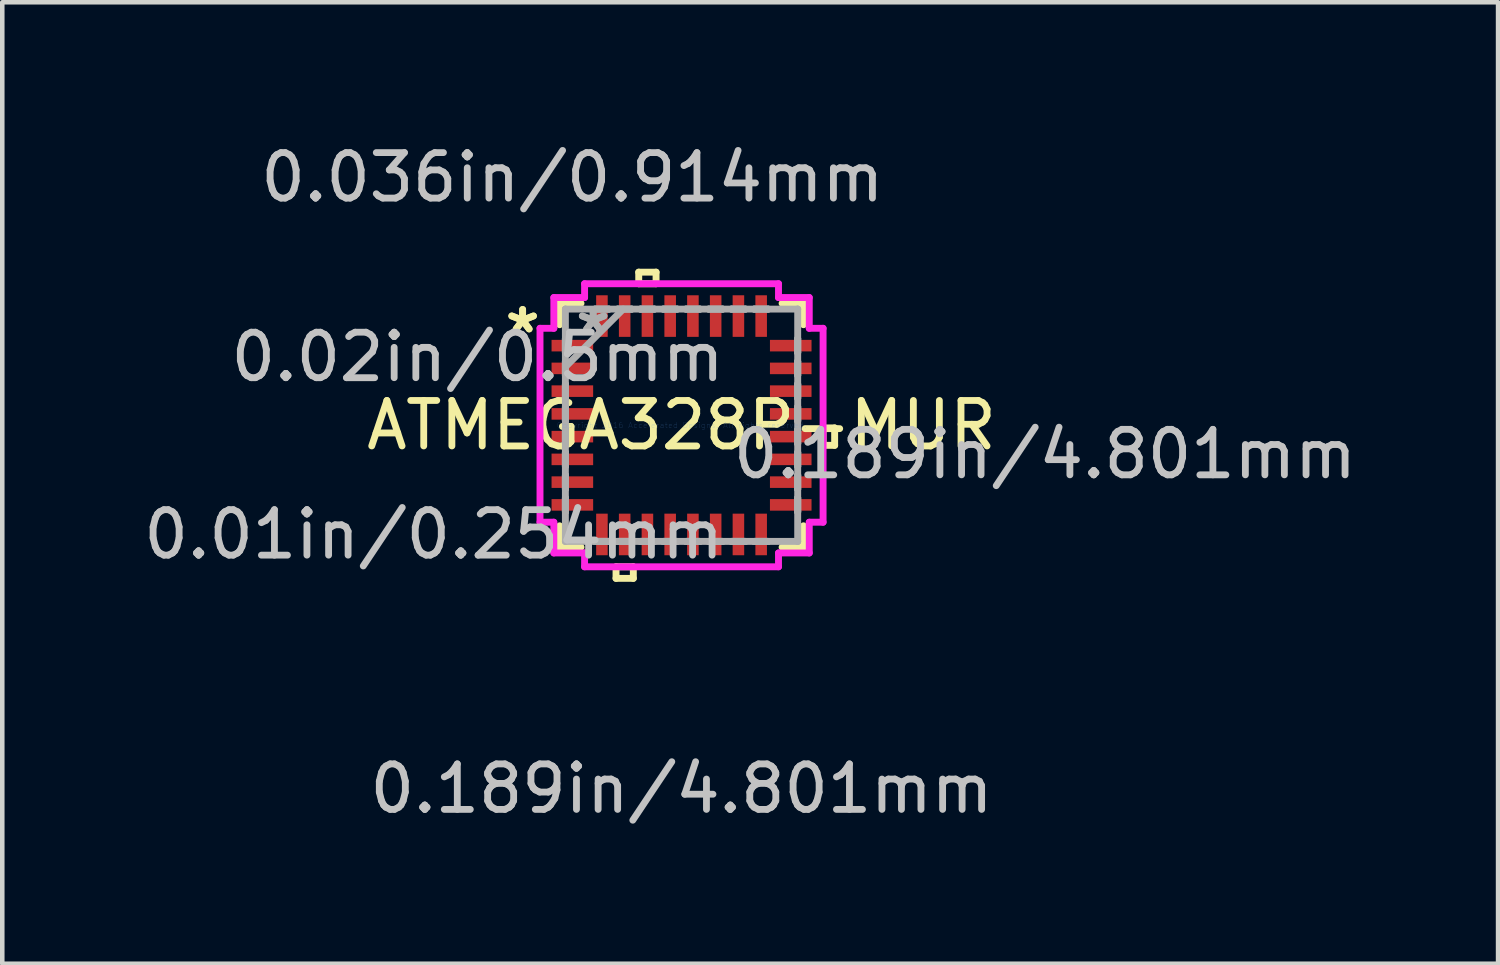
<source format=kicad_pcb>
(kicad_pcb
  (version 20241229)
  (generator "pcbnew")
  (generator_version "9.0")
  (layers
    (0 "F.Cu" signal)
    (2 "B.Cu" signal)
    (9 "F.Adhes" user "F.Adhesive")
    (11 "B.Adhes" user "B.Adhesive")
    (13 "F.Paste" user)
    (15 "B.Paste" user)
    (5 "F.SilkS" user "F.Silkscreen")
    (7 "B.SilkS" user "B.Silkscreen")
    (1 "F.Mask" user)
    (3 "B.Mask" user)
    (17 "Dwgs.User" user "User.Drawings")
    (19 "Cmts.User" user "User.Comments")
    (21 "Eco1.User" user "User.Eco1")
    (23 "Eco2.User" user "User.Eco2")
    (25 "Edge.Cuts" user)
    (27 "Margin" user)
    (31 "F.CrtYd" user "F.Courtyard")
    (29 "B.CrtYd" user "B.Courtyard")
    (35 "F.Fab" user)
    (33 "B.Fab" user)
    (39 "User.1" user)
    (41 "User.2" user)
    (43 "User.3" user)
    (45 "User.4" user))
  (footprint "ATMEGA328P-MUR"
    (layer "F.Cu")
    (at 11.93 6.297)
    (property "Reference" "ATMEGA328P-MUR" (at 0 0 0) (layer "F.SilkS") (effects (font (size 1 1) (thickness 0.15))))
    (attr through_hole)
    (fp_line (start -2.68 -2.68) (end -2.68 -2.21) (stroke (width 0.152) (type solid)) (layer "F.SilkS"))
    (fp_line (start -2.68 2.21) (end -2.68 2.68) (stroke (width 0.152) (type solid)) (layer "F.SilkS"))
    (fp_line (start -2.68 2.68) (end -2.21 2.68) (stroke (width 0.152) (type solid)) (layer "F.SilkS"))
    (fp_line (start -2.21 -2.68) (end -2.68 -2.68) (stroke (width 0.152) (type solid)) (layer "F.SilkS"))
    (fp_line (start -1.44 3.111) (end -1.44 3.365) (stroke (width 0.152) (type solid)) (layer "F.SilkS"))
    (fp_line (start -1.44 3.365) (end -1.06 3.365) (stroke (width 0.152) (type solid)) (layer "F.SilkS"))
    (fp_line (start -1.06 3.111) (end -1.44 3.111) (stroke (width 0.152) (type solid)) (layer "F.SilkS"))
    (fp_line (start -1.06 3.365) (end -1.06 3.111) (stroke (width 0.152) (type solid)) (layer "F.SilkS"))
    (fp_line (start -0.941 -3.365) (end -0.56 -3.365) (stroke (width 0.152) (type solid)) (layer "F.SilkS"))
    (fp_line (start -0.941 -3.111) (end -0.941 -3.365) (stroke (width 0.152) (type solid)) (layer "F.SilkS"))
    (fp_line (start -0.56 -3.365) (end -0.56 -3.111) (stroke (width 0.152) (type solid)) (layer "F.SilkS"))
    (fp_line (start -0.56 -3.111) (end -0.941 -3.111) (stroke (width 0.152) (type solid)) (layer "F.SilkS"))
    (fp_line (start 2.21 2.68) (end 2.68 2.68) (stroke (width 0.152) (type solid)) (layer "F.SilkS"))
    (fp_line (start 2.68 -2.68) (end 2.21 -2.68) (stroke (width 0.152) (type solid)) (layer "F.SilkS"))
    (fp_line (start 2.68 -2.21) (end 2.68 -2.68) (stroke (width 0.152) (type solid)) (layer "F.SilkS"))
    (fp_line (start 2.68 2.68) (end 2.68 2.21) (stroke (width 0.152) (type solid)) (layer "F.SilkS"))
    (fp_line (start 3.111 0.059) (end 3.365 0.059) (stroke (width 0.152) (type solid)) (layer "F.SilkS"))
    (fp_line (start 3.111 0.441) (end 3.111 0.059) (stroke (width 0.152) (type solid)) (layer "F.SilkS"))
    (fp_line (start 3.365 0.059) (end 3.365 0.441) (stroke (width 0.152) (type solid)) (layer "F.SilkS"))
    (fp_line (start 3.365 0.441) (end 3.111 0.441) (stroke (width 0.152) (type solid)) (layer "F.SilkS"))
    (fp_line (start -3.111 -2.131) (end -2.807 -2.131) (stroke (width 0.152) (type solid)) (layer "F.CrtYd"))
    (fp_line (start -3.111 2.131) (end -3.111 -2.131) (stroke (width 0.152) (type solid)) (layer "F.CrtYd"))
    (fp_line (start -2.807 -2.807) (end -2.131 -2.807) (stroke (width 0.152) (type solid)) (layer "F.CrtYd"))
    (fp_line (start -2.807 -2.131) (end -2.807 -2.807) (stroke (width 0.152) (type solid)) (layer "F.CrtYd"))
    (fp_line (start -2.807 2.131) (end -3.111 2.131) (stroke (width 0.152) (type solid)) (layer "F.CrtYd"))
    (fp_line (start -2.807 2.807) (end -2.807 2.131) (stroke (width 0.152) (type solid)) (layer "F.CrtYd"))
    (fp_line (start -2.131 -3.111) (end 2.131 -3.111) (stroke (width 0.152) (type solid)) (layer "F.CrtYd"))
    (fp_line (start -2.131 -2.807) (end -2.131 -3.111) (stroke (width 0.152) (type solid)) (layer "F.CrtYd"))
    (fp_line (start -2.131 2.807) (end -2.807 2.807) (stroke (width 0.152) (type solid)) (layer "F.CrtYd"))
    (fp_line (start -2.131 3.111) (end -2.131 2.807) (stroke (width 0.152) (type solid)) (layer "F.CrtYd"))
    (fp_line (start 2.131 -3.111) (end 2.131 -2.807) (stroke (width 0.152) (type solid)) (layer "F.CrtYd"))
    (fp_line (start 2.131 -2.807) (end 2.807 -2.807) (stroke (width 0.152) (type solid)) (layer "F.CrtYd"))
    (fp_line (start 2.131 2.807) (end 2.131 3.111) (stroke (width 0.152) (type solid)) (layer "F.CrtYd"))
    (fp_line (start 2.131 3.111) (end -2.131 3.111) (stroke (width 0.152) (type solid)) (layer "F.CrtYd"))
    (fp_line (start 2.807 -2.807) (end 2.807 -2.131) (stroke (width 0.152) (type solid)) (layer "F.CrtYd"))
    (fp_line (start 2.807 -2.131) (end 3.111 -2.131) (stroke (width 0.152) (type solid)) (layer "F.CrtYd"))
    (fp_line (start 2.807 2.131) (end 2.807 2.807) (stroke (width 0.152) (type solid)) (layer "F.CrtYd"))
    (fp_line (start 2.807 2.807) (end 2.131 2.807) (stroke (width 0.152) (type solid)) (layer "F.CrtYd"))
    (fp_line (start 3.111 -2.131) (end 3.111 2.131) (stroke (width 0.152) (type solid)) (layer "F.CrtYd"))
    (fp_line (start 3.111 2.131) (end 2.807 2.131) (stroke (width 0.152) (type solid)) (layer "F.CrtYd"))
    (fp_line (start -2.553 -2.553) (end -2.553 -2.553) (stroke (width 0.152) (type solid)) (layer "F.Fab"))
    (fp_line (start -2.553 -2.553) (end -2.553 2.553) (stroke (width 0.152) (type solid)) (layer "F.Fab"))
    (fp_line (start -2.553 -1.902) (end -2.553 -1.902) (stroke (width 0.152) (type solid)) (layer "F.Fab"))
    (fp_line (start -2.553 -1.902) (end -2.553 -1.598) (stroke (width 0.152) (type solid)) (layer "F.Fab"))
    (fp_line (start -2.553 -1.598) (end -2.553 -1.902) (stroke (width 0.152) (type solid)) (layer "F.Fab"))
    (fp_line (start -2.553 -1.598) (end -2.553 -1.598) (stroke (width 0.152) (type solid)) (layer "F.Fab"))
    (fp_line (start -2.553 -1.402) (end -2.553 -1.402) (stroke (width 0.152) (type solid)) (layer "F.Fab"))
    (fp_line (start -2.553 -1.402) (end -2.553 -1.098) (stroke (width 0.152) (type solid)) (layer "F.Fab"))
    (fp_line (start -2.553 -1.283) (end -1.283 -2.553) (stroke (width 0.152) (type solid)) (layer "F.Fab"))
    (fp_line (start -2.553 -1.098) (end -2.553 -1.402) (stroke (width 0.152) (type solid)) (layer "F.Fab"))
    (fp_line (start -2.553 -1.098) (end -2.553 -1.098) (stroke (width 0.152) (type solid)) (layer "F.Fab"))
    (fp_line (start -2.553 -0.902) (end -2.553 -0.902) (stroke (width 0.152) (type solid)) (layer "F.Fab"))
    (fp_line (start -2.553 -0.902) (end -2.553 -0.598) (stroke (width 0.152) (type solid)) (layer "F.Fab"))
    (fp_line (start -2.553 -0.598) (end -2.553 -0.902) (stroke (width 0.152) (type solid)) (layer "F.Fab"))
    (fp_line (start -2.553 -0.598) (end -2.553 -0.598) (stroke (width 0.152) (type solid)) (layer "F.Fab"))
    (fp_line (start -2.553 -0.402) (end -2.553 -0.402) (stroke (width 0.152) (type solid)) (layer "F.Fab"))
    (fp_line (start -2.553 -0.402) (end -2.553 -0.098) (stroke (width 0.152) (type solid)) (layer "F.Fab"))
    (fp_line (start -2.553 -0.098) (end -2.553 -0.402) (stroke (width 0.152) (type solid)) (layer "F.Fab"))
    (fp_line (start -2.553 -0.098) (end -2.553 -0.098) (stroke (width 0.152) (type solid)) (layer "F.Fab"))
    (fp_line (start -2.553 0.098) (end -2.553 0.098) (stroke (width 0.152) (type solid)) (layer "F.Fab"))
    (fp_line (start -2.553 0.098) (end -2.553 0.402) (stroke (width 0.152) (type solid)) (layer "F.Fab"))
    (fp_line (start -2.553 0.402) (end -2.553 0.098) (stroke (width 0.152) (type solid)) (layer "F.Fab"))
    (fp_line (start -2.553 0.402) (end -2.553 0.402) (stroke (width 0.152) (type solid)) (layer "F.Fab"))
    (fp_line (start -2.553 0.598) (end -2.553 0.598) (stroke (width 0.152) (type solid)) (layer "F.Fab"))
    (fp_line (start -2.553 0.598) (end -2.553 0.902) (stroke (width 0.152) (type solid)) (layer "F.Fab"))
    (fp_line (start -2.553 0.902) (end -2.553 0.598) (stroke (width 0.152) (type solid)) (layer "F.Fab"))
    (fp_line (start -2.553 0.902) (end -2.553 0.902) (stroke (width 0.152) (type solid)) (layer "F.Fab"))
    (fp_line (start -2.553 1.098) (end -2.553 1.098) (stroke (width 0.152) (type solid)) (layer "F.Fab"))
    (fp_line (start -2.553 1.098) (end -2.553 1.402) (stroke (width 0.152) (type solid)) (layer "F.Fab"))
    (fp_line (start -2.553 1.402) (end -2.553 1.098) (stroke (width 0.152) (type solid)) (layer "F.Fab"))
    (fp_line (start -2.553 1.402) (end -2.553 1.402) (stroke (width 0.152) (type solid)) (layer "F.Fab"))
    (fp_line (start -2.553 1.598) (end -2.553 1.598) (stroke (width 0.152) (type solid)) (layer "F.Fab"))
    (fp_line (start -2.553 1.598) (end -2.553 1.902) (stroke (width 0.152) (type solid)) (layer "F.Fab"))
    (fp_line (start -2.553 1.902) (end -2.553 1.598) (stroke (width 0.152) (type solid)) (layer "F.Fab"))
    (fp_line (start -2.553 1.902) (end -2.553 1.902) (stroke (width 0.152) (type solid)) (layer "F.Fab"))
    (fp_line (start -2.553 2.553) (end -2.553 2.553) (stroke (width 0.152) (type solid)) (layer "F.Fab"))
    (fp_line (start -2.553 2.553) (end 2.553 2.553) (stroke (width 0.152) (type solid)) (layer "F.Fab"))
    (fp_line (start -1.902 -2.553) (end -1.902 -2.553) (stroke (width 0.152) (type solid)) (layer "F.Fab"))
    (fp_line (start -1.902 -2.553) (end -1.598 -2.553) (stroke (width 0.152) (type solid)) (layer "F.Fab"))
    (fp_line (start -1.902 2.553) (end -1.902 2.553) (stroke (width 0.152) (type solid)) (layer "F.Fab"))
    (fp_line (start -1.902 2.553) (end -1.598 2.553) (stroke (width 0.152) (type solid)) (layer "F.Fab"))
    (fp_line (start -1.598 -2.553) (end -1.902 -2.553) (stroke (width 0.152) (type solid)) (layer "F.Fab"))
    (fp_line (start -1.598 -2.553) (end -1.598 -2.553) (stroke (width 0.152) (type solid)) (layer "F.Fab"))
    (fp_line (start -1.598 2.553) (end -1.902 2.553) (stroke (width 0.152) (type solid)) (layer "F.Fab"))
    (fp_line (start -1.598 2.553) (end -1.598 2.553) (stroke (width 0.152) (type solid)) (layer "F.Fab"))
    (fp_line (start -1.402 -2.553) (end -1.402 -2.553) (stroke (width 0.152) (type solid)) (layer "F.Fab"))
    (fp_line (start -1.402 -2.553) (end -1.098 -2.553) (stroke (width 0.152) (type solid)) (layer "F.Fab"))
    (fp_line (start -1.402 2.553) (end -1.402 2.553) (stroke (width 0.152) (type solid)) (layer "F.Fab"))
    (fp_line (start -1.402 2.553) (end -1.098 2.553) (stroke (width 0.152) (type solid)) (layer "F.Fab"))
    (fp_line (start -1.098 -2.553) (end -1.402 -2.553) (stroke (width 0.152) (type solid)) (layer "F.Fab"))
    (fp_line (start -1.098 -2.553) (end -1.098 -2.553) (stroke (width 0.152) (type solid)) (layer "F.Fab"))
    (fp_line (start -1.098 2.553) (end -1.402 2.553) (stroke (width 0.152) (type solid)) (layer "F.Fab"))
    (fp_line (start -1.098 2.553) (end -1.098 2.553) (stroke (width 0.152) (type solid)) (layer "F.Fab"))
    (fp_line (start -0.902 -2.553) (end -0.902 -2.553) (stroke (width 0.152) (type solid)) (layer "F.Fab"))
    (fp_line (start -0.902 -2.553) (end -0.598 -2.553) (stroke (width 0.152) (type solid)) (layer "F.Fab"))
    (fp_line (start -0.902 2.553) (end -0.902 2.553) (stroke (width 0.152) (type solid)) (layer "F.Fab"))
    (fp_line (start -0.902 2.553) (end -0.598 2.553) (stroke (width 0.152) (type solid)) (layer "F.Fab"))
    (fp_line (start -0.598 -2.553) (end -0.902 -2.553) (stroke (width 0.152) (type solid)) (layer "F.Fab"))
    (fp_line (start -0.598 -2.553) (end -0.598 -2.553) (stroke (width 0.152) (type solid)) (layer "F.Fab"))
    (fp_line (start -0.598 2.553) (end -0.902 2.553) (stroke (width 0.152) (type solid)) (layer "F.Fab"))
    (fp_line (start -0.598 2.553) (end -0.598 2.553) (stroke (width 0.152) (type solid)) (layer "F.Fab"))
    (fp_line (start -0.402 -2.553) (end -0.402 -2.553) (stroke (width 0.152) (type solid)) (layer "F.Fab"))
    (fp_line (start -0.402 -2.553) (end -0.098 -2.553) (stroke (width 0.152) (type solid)) (layer "F.Fab"))
    (fp_line (start -0.402 2.553) (end -0.402 2.553) (stroke (width 0.152) (type solid)) (layer "F.Fab"))
    (fp_line (start -0.402 2.553) (end -0.098 2.553) (stroke (width 0.152) (type solid)) (layer "F.Fab"))
    (fp_line (start -0.098 -2.553) (end -0.402 -2.553) (stroke (width 0.152) (type solid)) (layer "F.Fab"))
    (fp_line (start -0.098 -2.553) (end -0.098 -2.553) (stroke (width 0.152) (type solid)) (layer "F.Fab"))
    (fp_line (start -0.098 2.553) (end -0.402 2.553) (stroke (width 0.152) (type solid)) (layer "F.Fab"))
    (fp_line (start -0.098 2.553) (end -0.098 2.553) (stroke (width 0.152) (type solid)) (layer "F.Fab"))
    (fp_line (start 0.098 -2.553) (end 0.098 -2.553) (stroke (width 0.152) (type solid)) (layer "F.Fab"))
    (fp_line (start 0.098 -2.553) (end 0.402 -2.553) (stroke (width 0.152) (type solid)) (layer "F.Fab"))
    (fp_line (start 0.098 2.553) (end 0.098 2.553) (stroke (width 0.152) (type solid)) (layer "F.Fab"))
    (fp_line (start 0.098 2.553) (end 0.402 2.553) (stroke (width 0.152) (type solid)) (layer "F.Fab"))
    (fp_line (start 0.402 -2.553) (end 0.098 -2.553) (stroke (width 0.152) (type solid)) (layer "F.Fab"))
    (fp_line (start 0.402 -2.553) (end 0.402 -2.553) (stroke (width 0.152) (type solid)) (layer "F.Fab"))
    (fp_line (start 0.402 2.553) (end 0.098 2.553) (stroke (width 0.152) (type solid)) (layer "F.Fab"))
    (fp_line (start 0.402 2.553) (end 0.402 2.553) (stroke (width 0.152) (type solid)) (layer "F.Fab"))
    (fp_line (start 0.598 -2.553) (end 0.598 -2.553) (stroke (width 0.152) (type solid)) (layer "F.Fab"))
    (fp_line (start 0.598 -2.553) (end 0.902 -2.553) (stroke (width 0.152) (type solid)) (layer "F.Fab"))
    (fp_line (start 0.598 2.553) (end 0.598 2.553) (stroke (width 0.152) (type solid)) (layer "F.Fab"))
    (fp_line (start 0.598 2.553) (end 0.902 2.553) (stroke (width 0.152) (type solid)) (layer "F.Fab"))
    (fp_line (start 0.902 -2.553) (end 0.598 -2.553) (stroke (width 0.152) (type solid)) (layer "F.Fab"))
    (fp_line (start 0.902 -2.553) (end 0.902 -2.553) (stroke (width 0.152) (type solid)) (layer "F.Fab"))
    (fp_line (start 0.902 2.553) (end 0.598 2.553) (stroke (width 0.152) (type solid)) (layer "F.Fab"))
    (fp_line (start 0.902 2.553) (end 0.902 2.553) (stroke (width 0.152) (type solid)) (layer "F.Fab"))
    (fp_line (start 1.098 -2.553) (end 1.098 -2.553) (stroke (width 0.152) (type solid)) (layer "F.Fab"))
    (fp_line (start 1.098 -2.553) (end 1.402 -2.553) (stroke (width 0.152) (type solid)) (layer "F.Fab"))
    (fp_line (start 1.098 2.553) (end 1.098 2.553) (stroke (width 0.152) (type solid)) (layer "F.Fab"))
    (fp_line (start 1.098 2.553) (end 1.402 2.553) (stroke (width 0.152) (type solid)) (layer "F.Fab"))
    (fp_line (start 1.402 -2.553) (end 1.098 -2.553) (stroke (width 0.152) (type solid)) (layer "F.Fab"))
    (fp_line (start 1.402 -2.553) (end 1.402 -2.553) (stroke (width 0.152) (type solid)) (layer "F.Fab"))
    (fp_line (start 1.402 2.553) (end 1.098 2.553) (stroke (width 0.152) (type solid)) (layer "F.Fab"))
    (fp_line (start 1.402 2.553) (end 1.402 2.553) (stroke (width 0.152) (type solid)) (layer "F.Fab"))
    (fp_line (start 1.598 -2.553) (end 1.598 -2.553) (stroke (width 0.152) (type solid)) (layer "F.Fab"))
    (fp_line (start 1.598 -2.553) (end 1.902 -2.553) (stroke (width 0.152) (type solid)) (layer "F.Fab"))
    (fp_line (start 1.598 2.553) (end 1.598 2.553) (stroke (width 0.152) (type solid)) (layer "F.Fab"))
    (fp_line (start 1.598 2.553) (end 1.902 2.553) (stroke (width 0.152) (type solid)) (layer "F.Fab"))
    (fp_line (start 1.902 -2.553) (end 1.598 -2.553) (stroke (width 0.152) (type solid)) (layer "F.Fab"))
    (fp_line (start 1.902 -2.553) (end 1.902 -2.553) (stroke (width 0.152) (type solid)) (layer "F.Fab"))
    (fp_line (start 1.902 2.553) (end 1.598 2.553) (stroke (width 0.152) (type solid)) (layer "F.Fab"))
    (fp_line (start 1.902 2.553) (end 1.902 2.553) (stroke (width 0.152) (type solid)) (layer "F.Fab"))
    (fp_line (start 2.553 -2.553) (end -2.553 -2.553) (stroke (width 0.152) (type solid)) (layer "F.Fab"))
    (fp_line (start 2.553 -2.553) (end 2.553 -2.553) (stroke (width 0.152) (type solid)) (layer "F.Fab"))
    (fp_line (start 2.553 -1.902) (end 2.553 -1.902) (stroke (width 0.152) (type solid)) (layer "F.Fab"))
    (fp_line (start 2.553 -1.902) (end 2.553 -1.598) (stroke (width 0.152) (type solid)) (layer "F.Fab"))
    (fp_line (start 2.553 -1.598) (end 2.553 -1.902) (stroke (width 0.152) (type solid)) (layer "F.Fab"))
    (fp_line (start 2.553 -1.598) (end 2.553 -1.598) (stroke (width 0.152) (type solid)) (layer "F.Fab"))
    (fp_line (start 2.553 -1.402) (end 2.553 -1.402) (stroke (width 0.152) (type solid)) (layer "F.Fab"))
    (fp_line (start 2.553 -1.402) (end 2.553 -1.098) (stroke (width 0.152) (type solid)) (layer "F.Fab"))
    (fp_line (start 2.553 -1.098) (end 2.553 -1.402) (stroke (width 0.152) (type solid)) (layer "F.Fab"))
    (fp_line (start 2.553 -1.098) (end 2.553 -1.098) (stroke (width 0.152) (type solid)) (layer "F.Fab"))
    (fp_line (start 2.553 -0.902) (end 2.553 -0.902) (stroke (width 0.152) (type solid)) (layer "F.Fab"))
    (fp_line (start 2.553 -0.902) (end 2.553 -0.598) (stroke (width 0.152) (type solid)) (layer "F.Fab"))
    (fp_line (start 2.553 -0.598) (end 2.553 -0.902) (stroke (width 0.152) (type solid)) (layer "F.Fab"))
    (fp_line (start 2.553 -0.598) (end 2.553 -0.598) (stroke (width 0.152) (type solid)) (layer "F.Fab"))
    (fp_line (start 2.553 -0.402) (end 2.553 -0.402) (stroke (width 0.152) (type solid)) (layer "F.Fab"))
    (fp_line (start 2.553 -0.402) (end 2.553 -0.098) (stroke (width 0.152) (type solid)) (layer "F.Fab"))
    (fp_line (start 2.553 -0.098) (end 2.553 -0.402) (stroke (width 0.152) (type solid)) (layer "F.Fab"))
    (fp_line (start 2.553 -0.098) (end 2.553 -0.098) (stroke (width 0.152) (type solid)) (layer "F.Fab"))
    (fp_line (start 2.553 0.098) (end 2.553 0.098) (stroke (width 0.152) (type solid)) (layer "F.Fab"))
    (fp_line (start 2.553 0.098) (end 2.553 0.402) (stroke (width 0.152) (type solid)) (layer "F.Fab"))
    (fp_line (start 2.553 0.402) (end 2.553 0.098) (stroke (width 0.152) (type solid)) (layer "F.Fab"))
    (fp_line (start 2.553 0.402) (end 2.553 0.402) (stroke (width 0.152) (type solid)) (layer "F.Fab"))
    (fp_line (start 2.553 0.598) (end 2.553 0.598) (stroke (width 0.152) (type solid)) (layer "F.Fab"))
    (fp_line (start 2.553 0.598) (end 2.553 0.902) (stroke (width 0.152) (type solid)) (layer "F.Fab"))
    (fp_line (start 2.553 0.902) (end 2.553 0.598) (stroke (width 0.152) (type solid)) (layer "F.Fab"))
    (fp_line (start 2.553 0.902) (end 2.553 0.902) (stroke (width 0.152) (type solid)) (layer "F.Fab"))
    (fp_line (start 2.553 1.098) (end 2.553 1.098) (stroke (width 0.152) (type solid)) (layer "F.Fab"))
    (fp_line (start 2.553 1.098) (end 2.553 1.402) (stroke (width 0.152) (type solid)) (layer "F.Fab"))
    (fp_line (start 2.553 1.402) (end 2.553 1.098) (stroke (width 0.152) (type solid)) (layer "F.Fab"))
    (fp_line (start 2.553 1.402) (end 2.553 1.402) (stroke (width 0.152) (type solid)) (layer "F.Fab"))
    (fp_line (start 2.553 1.598) (end 2.553 1.598) (stroke (width 0.152) (type solid)) (layer "F.Fab"))
    (fp_line (start 2.553 1.598) (end 2.553 1.902) (stroke (width 0.152) (type solid)) (layer "F.Fab"))
    (fp_line (start 2.553 1.902) (end 2.553 1.598) (stroke (width 0.152) (type solid)) (layer "F.Fab"))
    (fp_line (start 2.553 1.902) (end 2.553 1.902) (stroke (width 0.152) (type solid)) (layer "F.Fab"))
    (fp_line (start 2.553 2.553) (end 2.553 -2.553) (stroke (width 0.152) (type solid)) (layer "F.Fab"))
    (fp_line (start 2.553 2.553) (end 2.553 2.553) (stroke (width 0.152) (type solid)) (layer "F.Fab"))
    (fp_text user "*" (at -3.493 -2 0) (layer "F.SilkS") (effects (font (size 1 1) (thickness 0.15))))
    (fp_text user "*" (at -3.493 -2 0) (layer "F.SilkS") (effects (font (size 1 1) (thickness 0.15))))
    (fp_text user "0.189in/4.801mm" (at 7.988 0.635 0) (layer "Dwgs.User") (effects (font (size 1 1) (thickness 0.15))))
    (fp_text user "0.01in/0.254mm" (at -5.448 2.4 0) (layer "Dwgs.User") (effects (font (size 1 1) (thickness 0.15))))
    (fp_text user "0.189in/4.801mm" (at 0 7.988 0) (layer "Dwgs.User") (effects (font (size 1 1) (thickness 0.15))))
    (fp_text user "0.02in/0.5mm" (at -4.483 -1.5 0) (layer "Dwgs.User") (effects (font (size 1 1) (thickness 0.15))))
    (fp_text user "0.036in/0.914mm" (at -2.4 -5.448 0) (layer "Dwgs.User") (effects (font (size 1 1) (thickness 0.15))))
    (fp_text user "Copyright 2016 Accelerated Designs. All rights reserved." (at 0 0 0) (layer "Cmts.User") (effects (font (size 0.127 0.127) (thickness 0.002))))
    (fp_text user "*" (at -1.943 -2 0) (layer "F.Fab") (effects (font (size 1 1) (thickness 0.15))))
    (fp_text user "*" (at -1.943 -2 0) (layer "F.Fab") (effects (font (size 1 1) (thickness 0.15))))
    (pad "1" smd rect (at -2.4 -1.75 90) (size 0.254 0.914) (layers "F.Cu" "F.Mask" "F.Paste"))
    (pad "2" smd rect (at -2.4 -1.25 90) (size 0.254 0.914) (layers "F.Cu" "F.Mask" "F.Paste"))
    (pad "3" smd rect (at -2.4 -0.75 90) (size 0.254 0.914) (layers "F.Cu" "F.Mask" "F.Paste"))
    (pad "4" smd rect (at -2.4 -0.25 90) (size 0.254 0.914) (layers "F.Cu" "F.Mask" "F.Paste"))
    (pad "5" smd rect (at -2.4 0.25 90) (size 0.254 0.914) (layers "F.Cu" "F.Mask" "F.Paste"))
    (pad "6" smd rect (at -2.4 0.75 90) (size 0.254 0.914) (layers "F.Cu" "F.Mask" "F.Paste"))
    (pad "7" smd rect (at -2.4 1.25 90) (size 0.254 0.914) (layers "F.Cu" "F.Mask" "F.Paste"))
    (pad "8" smd rect (at -2.4 1.75 90) (size 0.254 0.914) (layers "F.Cu" "F.Mask" "F.Paste"))
    (pad "9" smd rect (at -1.75 2.4) (size 0.254 0.914) (layers "F.Cu" "F.Mask" "F.Paste"))
    (pad "10" smd rect (at -1.25 2.4) (size 0.254 0.914) (layers "F.Cu" "F.Mask" "F.Paste"))
    (pad "11" smd rect (at -0.75 2.4) (size 0.254 0.914) (layers "F.Cu" "F.Mask" "F.Paste"))
    (pad "12" smd rect (at -0.25 2.4) (size 0.254 0.914) (layers "F.Cu" "F.Mask" "F.Paste"))
    (pad "13" smd rect (at 0.25 2.4) (size 0.254 0.914) (layers "F.Cu" "F.Mask" "F.Paste"))
    (pad "14" smd rect (at 0.75 2.4) (size 0.254 0.914) (layers "F.Cu" "F.Mask" "F.Paste"))
    (pad "15" smd rect (at 1.25 2.4) (size 0.254 0.914) (layers "F.Cu" "F.Mask" "F.Paste"))
    (pad "16" smd rect (at 1.75 2.4) (size 0.254 0.914) (layers "F.Cu" "F.Mask" "F.Paste"))
    (pad "17" smd rect (at 2.4 1.75 90) (size 0.254 0.914) (layers "F.Cu" "F.Mask" "F.Paste"))
    (pad "18" smd rect (at 2.4 1.25 90) (size 0.254 0.914) (layers "F.Cu" "F.Mask" "F.Paste"))
    (pad "19" smd rect (at 2.4 0.75 90) (size 0.254 0.914) (layers "F.Cu" "F.Mask" "F.Paste"))
    (pad "20" smd rect (at 2.4 0.25 90) (size 0.254 0.914) (layers "F.Cu" "F.Mask" "F.Paste"))
    (pad "21" smd rect (at 2.4 -0.25 90) (size 0.254 0.914) (layers "F.Cu" "F.Mask" "F.Paste"))
    (pad "22" smd rect (at 2.4 -0.75 90) (size 0.254 0.914) (layers "F.Cu" "F.Mask" "F.Paste"))
    (pad "23" smd rect (at 2.4 -1.25 90) (size 0.254 0.914) (layers "F.Cu" "F.Mask" "F.Paste"))
    (pad "24" smd rect (at 2.4 -1.75 90) (size 0.254 0.914) (layers "F.Cu" "F.Mask" "F.Paste"))
    (pad "25" smd rect (at 1.75 -2.4) (size 0.254 0.914) (layers "F.Cu" "F.Mask" "F.Paste"))
    (pad "26" smd rect (at 1.25 -2.4) (size 0.254 0.914) (layers "F.Cu" "F.Mask" "F.Paste"))
    (pad "27" smd rect (at 0.75 -2.4) (size 0.254 0.914) (layers "F.Cu" "F.Mask" "F.Paste"))
    (pad "28" smd rect (at 0.25 -2.4) (size 0.254 0.914) (layers "F.Cu" "F.Mask" "F.Paste"))
    (pad "29" smd rect (at -0.25 -2.4) (size 0.254 0.914) (layers "F.Cu" "F.Mask" "F.Paste"))
    (pad "30" smd rect (at -0.75 -2.4) (size 0.254 0.914) (layers "F.Cu" "F.Mask" "F.Paste"))
    (pad "31" smd rect (at -1.25 -2.4) (size 0.254 0.914) (layers "F.Cu" "F.Mask" "F.Paste"))
    (pad "32" smd rect (at -1.75 -2.4) (size 0.254 0.914) (layers "F.Cu" "F.Mask" "F.Paste")))
  (gr_rect
    (start -3 -3)
    (end 29.877 18.133)
    (stroke (width 0.1) (type default))
    (fill no)
    (layer "Edge.Cuts")))
</source>
